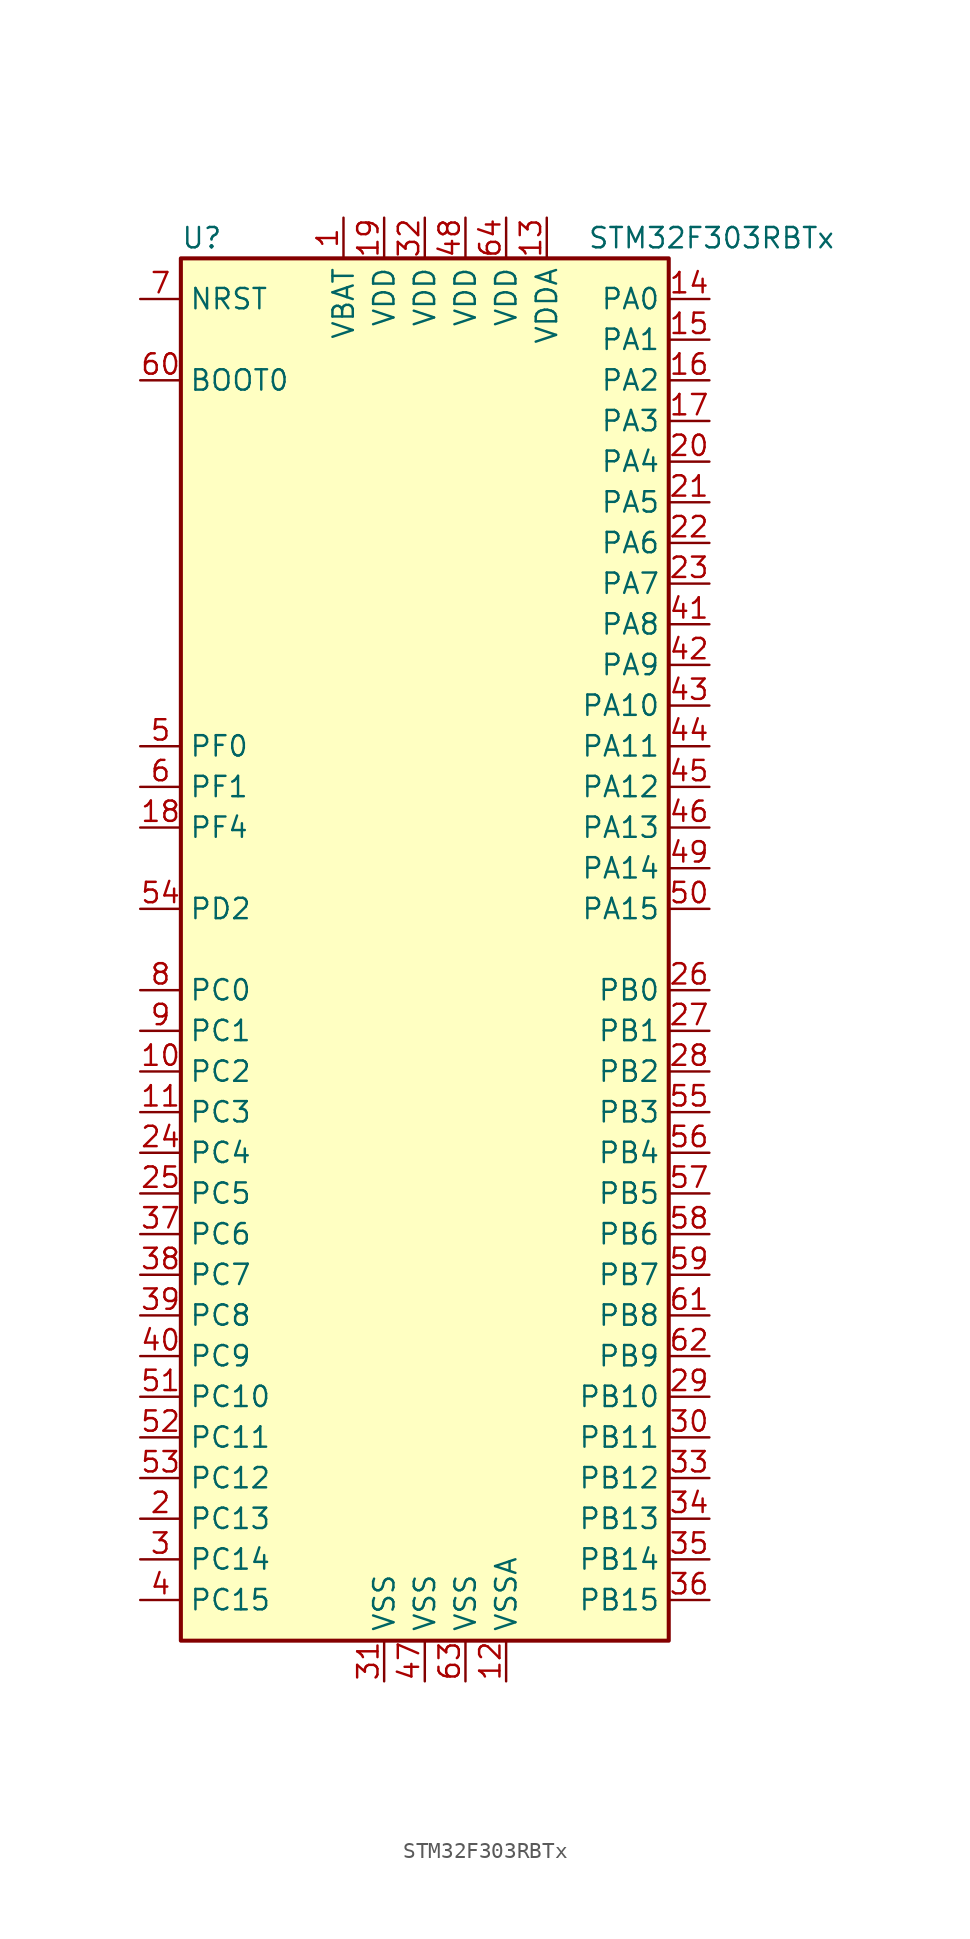
<source format=kicad_sym>
(kicad_symbol_lib
  (version 20211014)
  (generator kicad_symbol_editor)
  (symbol "STM32F303RBTx"
    (property "Reference" "U"
      (at -15.24 44.45 0)
      (effects (font (size 1.27 1.27)) (justify left)))
    (property "Value" "STM32F303RBTx"
      (at 10.16 44.45 0)
      (effects (font (size 1.27 1.27)) (justify left)))
    (symbol "STM32F303RBTx_0_1"
      (rectangle (start -15.24 -43.18) (end 15.24 43.18) (stroke (width 0.254) (type default) (color 0 0 0 0)) (fill (type background))))
    (symbol "STM32F303RBTx_1_1"
      (pin power_in line (at -5.08 45.72 270) (length 2.54) (name "VBAT" (effects (font (size 1.27 1.27)))) (number "1" (effects (font (size 1.27 1.27)))))
      (pin bidirectional line (at -17.78 -7.62 0) (length 2.54) (name "PC2" (effects (font (size 1.27 1.27)))) (number "10" (effects (font (size 1.27 1.27)))))
      (pin bidirectional line (at -17.78 -10.16 0) (length 2.54) (name "PC3" (effects (font (size 1.27 1.27)))) (number "11" (effects (font (size 1.27 1.27)))))
      (pin power_in line (at 5.08 -45.72 90) (length 2.54) (name "VSSA" (effects (font (size 1.27 1.27)))) (number "12" (effects (font (size 1.27 1.27)))))
      (pin power_in line (at 7.62 45.72 270) (length 2.54) (name "VDDA" (effects (font (size 1.27 1.27)))) (number "13" (effects (font (size 1.27 1.27)))))
      (pin bidirectional line (at 17.78 40.64 180) (length 2.54) (name "PA0" (effects (font (size 1.27 1.27)))) (number "14" (effects (font (size 1.27 1.27)))))
      (pin bidirectional line (at 17.78 38.1 180) (length 2.54) (name "PA1" (effects (font (size 1.27 1.27)))) (number "15" (effects (font (size 1.27 1.27)))))
      (pin bidirectional line (at 17.78 35.56 180) (length 2.54) (name "PA2" (effects (font (size 1.27 1.27)))) (number "16" (effects (font (size 1.27 1.27)))))
      (pin bidirectional line (at 17.78 33.02 180) (length 2.54) (name "PA3" (effects (font (size 1.27 1.27)))) (number "17" (effects (font (size 1.27 1.27)))))
      (pin bidirectional line (at -17.78 7.62 0) (length 2.54) (name "PF4" (effects (font (size 1.27 1.27)))) (number "18" (effects (font (size 1.27 1.27)))))
      (pin power_in line (at -2.54 45.72 270) (length 2.54) (name "VDD" (effects (font (size 1.27 1.27)))) (number "19" (effects (font (size 1.27 1.27)))))
      (pin bidirectional line (at -17.78 -35.56 0) (length 2.54) (name "PC13" (effects (font (size 1.27 1.27)))) (number "2" (effects (font (size 1.27 1.27)))))
      (pin bidirectional line (at 17.78 30.48 180) (length 2.54) (name "PA4" (effects (font (size 1.27 1.27)))) (number "20" (effects (font (size 1.27 1.27)))))
      (pin bidirectional line (at 17.78 27.94 180) (length 2.54) (name "PA5" (effects (font (size 1.27 1.27)))) (number "21" (effects (font (size 1.27 1.27)))))
      (pin bidirectional line (at 17.78 25.4 180) (length 2.54) (name "PA6" (effects (font (size 1.27 1.27)))) (number "22" (effects (font (size 1.27 1.27)))))
      (pin bidirectional line (at 17.78 22.86 180) (length 2.54) (name "PA7" (effects (font (size 1.27 1.27)))) (number "23" (effects (font (size 1.27 1.27)))))
      (pin bidirectional line (at -17.78 -12.7 0) (length 2.54) (name "PC4" (effects (font (size 1.27 1.27)))) (number "24" (effects (font (size 1.27 1.27)))))
      (pin bidirectional line (at -17.78 -15.24 0) (length 2.54) (name "PC5" (effects (font (size 1.27 1.27)))) (number "25" (effects (font (size 1.27 1.27)))))
      (pin bidirectional line (at 17.78 -2.54 180) (length 2.54) (name "PB0" (effects (font (size 1.27 1.27)))) (number "26" (effects (font (size 1.27 1.27)))))
      (pin bidirectional line (at 17.78 -5.08 180) (length 2.54) (name "PB1" (effects (font (size 1.27 1.27)))) (number "27" (effects (font (size 1.27 1.27)))))
      (pin bidirectional line (at 17.78 -7.62 180) (length 2.54) (name "PB2" (effects (font (size 1.27 1.27)))) (number "28" (effects (font (size 1.27 1.27)))))
      (pin bidirectional line (at 17.78 -27.94 180) (length 2.54) (name "PB10" (effects (font (size 1.27 1.27)))) (number "29" (effects (font (size 1.27 1.27)))))
      (pin bidirectional line (at -17.78 -38.1 0) (length 2.54) (name "PC14" (effects (font (size 1.27 1.27)))) (number "3" (effects (font (size 1.27 1.27)))))
      (pin bidirectional line (at 17.78 -30.48 180) (length 2.54) (name "PB11" (effects (font (size 1.27 1.27)))) (number "30" (effects (font (size 1.27 1.27)))))
      (pin power_in line (at -2.54 -45.72 90) (length 2.54) (name "VSS" (effects (font (size 1.27 1.27)))) (number "31" (effects (font (size 1.27 1.27)))))
      (pin power_in line (at 0 45.72 270) (length 2.54) (name "VDD" (effects (font (size 1.27 1.27)))) (number "32" (effects (font (size 1.27 1.27)))))
      (pin bidirectional line (at 17.78 -33.02 180) (length 2.54) (name "PB12" (effects (font (size 1.27 1.27)))) (number "33" (effects (font (size 1.27 1.27)))))
      (pin bidirectional line (at 17.78 -35.56 180) (length 2.54) (name "PB13" (effects (font (size 1.27 1.27)))) (number "34" (effects (font (size 1.27 1.27)))))
      (pin bidirectional line (at 17.78 -38.1 180) (length 2.54) (name "PB14" (effects (font (size 1.27 1.27)))) (number "35" (effects (font (size 1.27 1.27)))))
      (pin bidirectional line (at 17.78 -40.64 180) (length 2.54) (name "PB15" (effects (font (size 1.27 1.27)))) (number "36" (effects (font (size 1.27 1.27)))))
      (pin bidirectional line (at -17.78 -17.78 0) (length 2.54) (name "PC6" (effects (font (size 1.27 1.27)))) (number "37" (effects (font (size 1.27 1.27)))))
      (pin bidirectional line (at -17.78 -20.32 0) (length 2.54) (name "PC7" (effects (font (size 1.27 1.27)))) (number "38" (effects (font (size 1.27 1.27)))))
      (pin bidirectional line (at -17.78 -22.86 0) (length 2.54) (name "PC8" (effects (font (size 1.27 1.27)))) (number "39" (effects (font (size 1.27 1.27)))))
      (pin bidirectional line (at -17.78 -40.64 0) (length 2.54) (name "PC15" (effects (font (size 1.27 1.27)))) (number "4" (effects (font (size 1.27 1.27)))))
      (pin bidirectional line (at -17.78 -25.4 0) (length 2.54) (name "PC9" (effects (font (size 1.27 1.27)))) (number "40" (effects (font (size 1.27 1.27)))))
      (pin bidirectional line (at 17.78 20.32 180) (length 2.54) (name "PA8" (effects (font (size 1.27 1.27)))) (number "41" (effects (font (size 1.27 1.27)))))
      (pin bidirectional line (at 17.78 17.78 180) (length 2.54) (name "PA9" (effects (font (size 1.27 1.27)))) (number "42" (effects (font (size 1.27 1.27)))))
      (pin bidirectional line (at 17.78 15.24 180) (length 2.54) (name "PA10" (effects (font (size 1.27 1.27)))) (number "43" (effects (font (size 1.27 1.27)))))
      (pin bidirectional line (at 17.78 12.7 180) (length 2.54) (name "PA11" (effects (font (size 1.27 1.27)))) (number "44" (effects (font (size 1.27 1.27)))))
      (pin bidirectional line (at 17.78 10.16 180) (length 2.54) (name "PA12" (effects (font (size 1.27 1.27)))) (number "45" (effects (font (size 1.27 1.27)))))
      (pin bidirectional line (at 17.78 7.62 180) (length 2.54) (name "PA13" (effects (font (size 1.27 1.27)))) (number "46" (effects (font (size 1.27 1.27)))))
      (pin power_in line (at 0 -45.72 90) (length 2.54) (name "VSS" (effects (font (size 1.27 1.27)))) (number "47" (effects (font (size 1.27 1.27)))))
      (pin power_in line (at 2.54 45.72 270) (length 2.54) (name "VDD" (effects (font (size 1.27 1.27)))) (number "48" (effects (font (size 1.27 1.27)))))
      (pin bidirectional line (at 17.78 5.08 180) (length 2.54) (name "PA14" (effects (font (size 1.27 1.27)))) (number "49" (effects (font (size 1.27 1.27)))))
      (pin input line (at -17.78 12.7 0) (length 2.54) (name "PF0" (effects (font (size 1.27 1.27)))) (number "5" (effects (font (size 1.27 1.27)))))
      (pin bidirectional line (at 17.78 2.54 180) (length 2.54) (name "PA15" (effects (font (size 1.27 1.27)))) (number "50" (effects (font (size 1.27 1.27)))))
      (pin bidirectional line (at -17.78 -27.94 0) (length 2.54) (name "PC10" (effects (font (size 1.27 1.27)))) (number "51" (effects (font (size 1.27 1.27)))))
      (pin bidirectional line (at -17.78 -30.48 0) (length 2.54) (name "PC11" (effects (font (size 1.27 1.27)))) (number "52" (effects (font (size 1.27 1.27)))))
      (pin bidirectional line (at -17.78 -33.02 0) (length 2.54) (name "PC12" (effects (font (size 1.27 1.27)))) (number "53" (effects (font (size 1.27 1.27)))))
      (pin bidirectional line (at -17.78 2.54 0) (length 2.54) (name "PD2" (effects (font (size 1.27 1.27)))) (number "54" (effects (font (size 1.27 1.27)))))
      (pin bidirectional line (at 17.78 -10.16 180) (length 2.54) (name "PB3" (effects (font (size 1.27 1.27)))) (number "55" (effects (font (size 1.27 1.27)))))
      (pin bidirectional line (at 17.78 -12.7 180) (length 2.54) (name "PB4" (effects (font (size 1.27 1.27)))) (number "56" (effects (font (size 1.27 1.27)))))
      (pin bidirectional line (at 17.78 -15.24 180) (length 2.54) (name "PB5" (effects (font (size 1.27 1.27)))) (number "57" (effects (font (size 1.27 1.27)))))
      (pin bidirectional line (at 17.78 -17.78 180) (length 2.54) (name "PB6" (effects (font (size 1.27 1.27)))) (number "58" (effects (font (size 1.27 1.27)))))
      (pin bidirectional line (at 17.78 -20.32 180) (length 2.54) (name "PB7" (effects (font (size 1.27 1.27)))) (number "59" (effects (font (size 1.27 1.27)))))
      (pin input line (at -17.78 10.16 0) (length 2.54) (name "PF1" (effects (font (size 1.27 1.27)))) (number "6" (effects (font (size 1.27 1.27)))))
      (pin input line (at -17.78 35.56 0) (length 2.54) (name "BOOT0" (effects (font (size 1.27 1.27)))) (number "60" (effects (font (size 1.27 1.27)))))
      (pin bidirectional line (at 17.78 -22.86 180) (length 2.54) (name "PB8" (effects (font (size 1.27 1.27)))) (number "61" (effects (font (size 1.27 1.27)))))
      (pin bidirectional line (at 17.78 -25.4 180) (length 2.54) (name "PB9" (effects (font (size 1.27 1.27)))) (number "62" (effects (font (size 1.27 1.27)))))
      (pin power_in line (at 2.54 -45.72 90) (length 2.54) (name "VSS" (effects (font (size 1.27 1.27)))) (number "63" (effects (font (size 1.27 1.27)))))
      (pin power_in line (at 5.08 45.72 270) (length 2.54) (name "VDD" (effects (font (size 1.27 1.27)))) (number "64" (effects (font (size 1.27 1.27)))))
      (pin input line (at -17.78 40.64 0) (length 2.54) (name "NRST" (effects (font (size 1.27 1.27)))) (number "7" (effects (font (size 1.27 1.27)))))
      (pin bidirectional line (at -17.78 -2.54 0) (length 2.54) (name "PC0" (effects (font (size 1.27 1.27)))) (number "8" (effects (font (size 1.27 1.27)))))
      (pin bidirectional line (at -17.78 -5.08 0) (length 2.54) (name "PC1" (effects (font (size 1.27 1.27)))) (number "9" (effects (font (size 1.27 1.27))))))))
</source>
